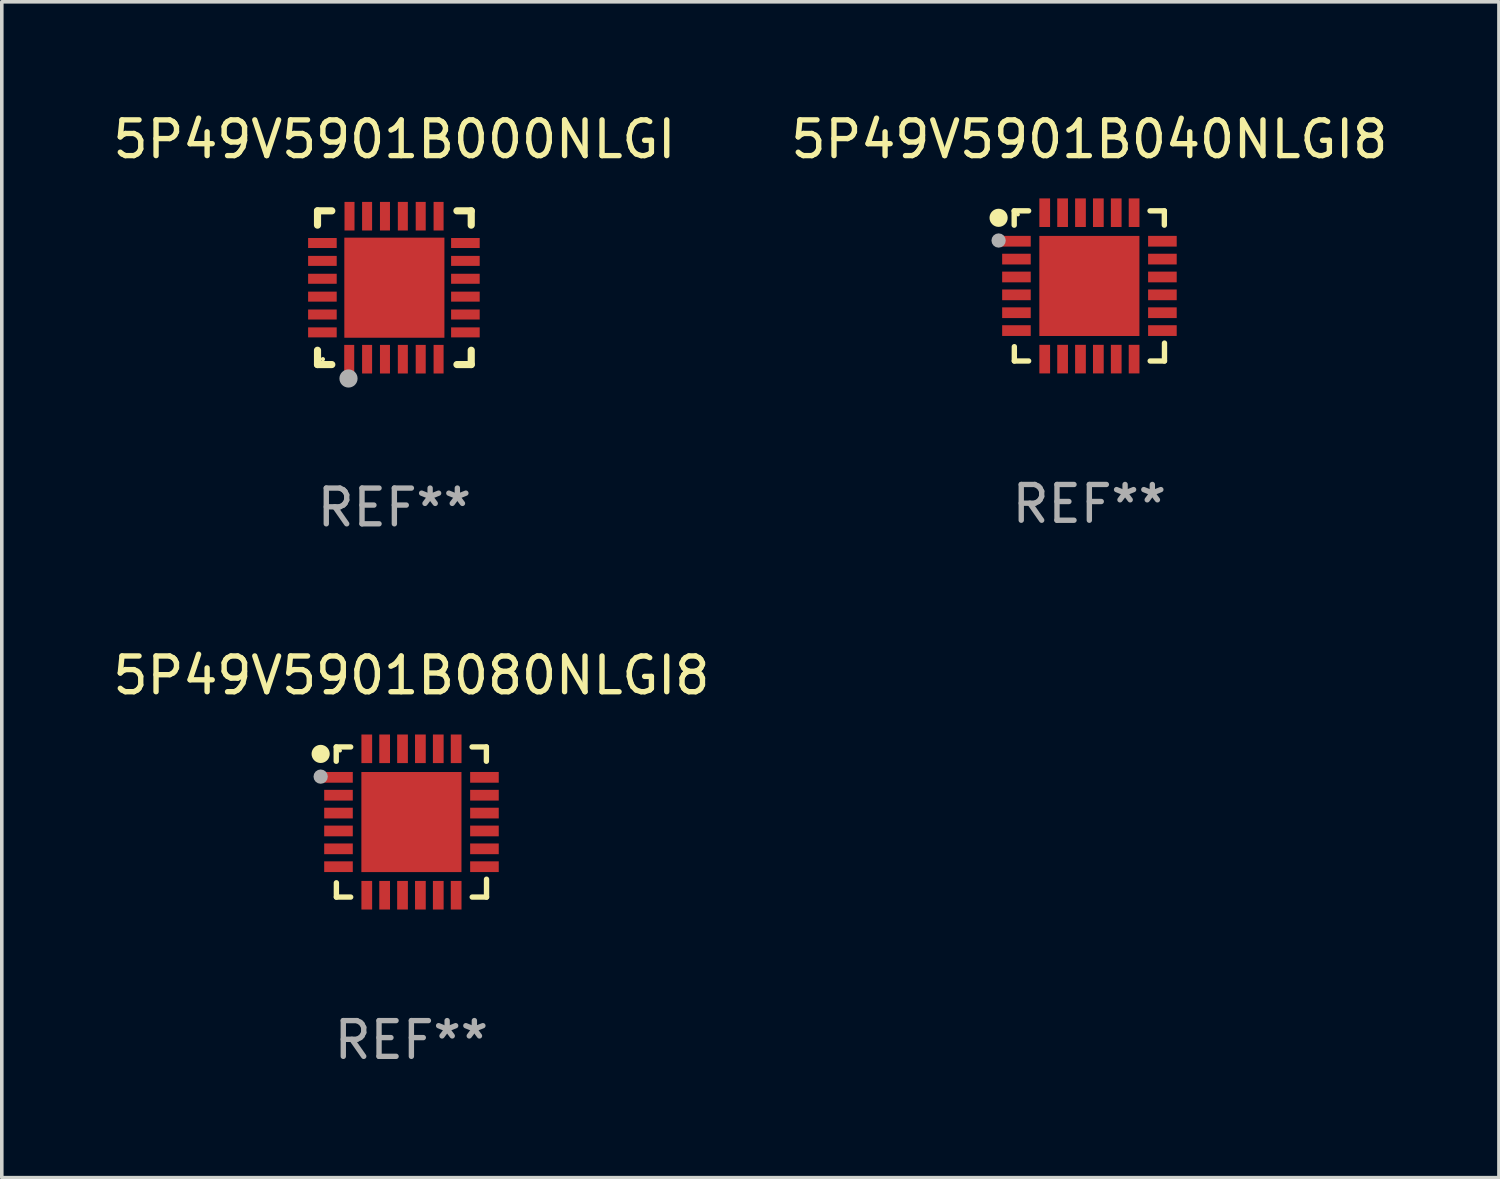
<source format=kicad_pcb>
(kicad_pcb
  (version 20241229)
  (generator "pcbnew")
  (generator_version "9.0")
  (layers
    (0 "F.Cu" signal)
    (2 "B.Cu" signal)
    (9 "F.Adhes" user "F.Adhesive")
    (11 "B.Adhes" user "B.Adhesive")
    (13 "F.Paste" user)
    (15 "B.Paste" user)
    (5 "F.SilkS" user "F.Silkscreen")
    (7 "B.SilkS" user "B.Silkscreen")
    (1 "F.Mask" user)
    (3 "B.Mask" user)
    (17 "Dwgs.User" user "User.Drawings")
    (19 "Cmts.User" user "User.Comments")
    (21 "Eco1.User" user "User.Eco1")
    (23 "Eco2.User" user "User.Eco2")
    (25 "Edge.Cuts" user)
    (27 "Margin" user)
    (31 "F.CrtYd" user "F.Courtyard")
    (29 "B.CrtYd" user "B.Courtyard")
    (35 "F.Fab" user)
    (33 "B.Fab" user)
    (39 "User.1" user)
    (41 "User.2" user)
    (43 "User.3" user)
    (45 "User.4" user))
  (footprint "5P49V5901B040NLGI8"
    (layer "F.Cu")
    (at 27.423 4.948)
    (property "Reference" "5P49V5901B040NLGI8" (at 0 -4.1 0) (layer "F.SilkS") (effects (font (size 1 1) (thickness 0.15))))
    (attr through_hole)
    (fp_line (start -2.102 -2.1) (end -1.698 -2.1) (stroke (width 0.15) (type solid)) (layer "F.SilkS"))
    (fp_line (start -2.102 -1.7) (end -2.102 -2.1) (stroke (width 0.15) (type solid)) (layer "F.SilkS"))
    (fp_line (start -2.098 1.7) (end -2.098 2.1) (stroke (width 0.15) (type solid)) (layer "F.SilkS"))
    (fp_line (start -2.098 2.1) (end -1.698 2.1) (stroke (width 0.15) (type solid)) (layer "F.SilkS"))
    (fp_line (start 1.698 -2.1) (end 2.098 -2.1) (stroke (width 0.15) (type solid)) (layer "F.SilkS"))
    (fp_line (start 2.098 -2.1) (end 2.098 -1.7) (stroke (width 0.15) (type solid)) (layer "F.SilkS"))
    (fp_line (start 2.102 1.6) (end 2.102 2.1) (stroke (width 0.15) (type solid)) (layer "F.SilkS"))
    (fp_line (start 2.102 2.1) (end 1.702 2.1) (stroke (width 0.15) (type solid)) (layer "F.SilkS"))
    (fp_circle (center -2.538 -1.905) (end -2.411 -1.905) (stroke (width 0.254) (type solid)) (fill no) (layer "F.SilkS"))
    (fp_circle (center -1.995 -1.996) (end -1.968 -1.996) (stroke (width 0.05) (type solid)) (fill no) (layer "F.SilkS"))
    (fp_circle (center -2.538 -1.27) (end -2.438 -1.27) (stroke (width 0.2) (type solid)) (fill no) (layer "F.Fab"))
    (fp_text user "REF**" (at 0 6.1 0) (layer "F.Fab") (effects (font (size 1 1) (thickness 0.15))))
    (pad "1" smd rect (at -2.039 -1.25) (size 0.8 0.3) (layers "F.Cu" "F.Mask" "F.Paste"))
    (pad "2" smd rect (at -2.039 -0.75) (size 0.8 0.3) (layers "F.Cu" "F.Mask" "F.Paste"))
    (pad "3" smd rect (at -2.039 -0.25) (size 0.8 0.3) (layers "F.Cu" "F.Mask" "F.Paste"))
    (pad "4" smd rect (at -2.039 0.25) (size 0.8 0.3) (layers "F.Cu" "F.Mask" "F.Paste"))
    (pad "5" smd rect (at -2.039 0.75) (size 0.8 0.3) (layers "F.Cu" "F.Mask" "F.Paste"))
    (pad "6" smd rect (at -2.039 1.25) (size 0.8 0.3) (layers "F.Cu" "F.Mask" "F.Paste"))
    (pad "7" smd rect (at -1.248 2.048) (size 0.3 0.8) (layers "F.Cu" "F.Mask" "F.Paste"))
    (pad "8" smd rect (at -0.748 2.048) (size 0.3 0.8) (layers "F.Cu" "F.Mask" "F.Paste"))
    (pad "9" smd rect (at -0.248 2.048) (size 0.3 0.8) (layers "F.Cu" "F.Mask" "F.Paste"))
    (pad "10" smd rect (at 0.252 2.048) (size 0.3 0.8) (layers "F.Cu" "F.Mask" "F.Paste"))
    (pad "11" smd rect (at 0.752 2.048) (size 0.3 0.8) (layers "F.Cu" "F.Mask" "F.Paste"))
    (pad "12" smd rect (at 1.252 2.048) (size 0.3 0.8) (layers "F.Cu" "F.Mask" "F.Paste"))
    (pad "13" smd rect (at 2.044 1.25) (size 0.8 0.3) (layers "F.Cu" "F.Mask" "F.Paste"))
    (pad "14" smd rect (at 2.044 0.75) (size 0.8 0.3) (layers "F.Cu" "F.Mask" "F.Paste"))
    (pad "15" smd rect (at 2.044 0.25) (size 0.8 0.3) (layers "F.Cu" "F.Mask" "F.Paste"))
    (pad "16" smd rect (at 2.044 -0.25) (size 0.8 0.3) (layers "F.Cu" "F.Mask" "F.Paste"))
    (pad "17" smd rect (at 2.044 -0.75) (size 0.8 0.3) (layers "F.Cu" "F.Mask" "F.Paste"))
    (pad "18" smd rect (at 2.044 -1.25) (size 0.8 0.3) (layers "F.Cu" "F.Mask" "F.Paste"))
    (pad "19" smd rect (at 1.252 -2.048) (size 0.3 0.8) (layers "F.Cu" "F.Mask" "F.Paste"))
    (pad "20" smd rect (at 0.752 -2.048) (size 0.3 0.8) (layers "F.Cu" "F.Mask" "F.Paste"))
    (pad "21" smd rect (at 0.252 -2.048) (size 0.3 0.8) (layers "F.Cu" "F.Mask" "F.Paste"))
    (pad "22" smd rect (at -0.248 -2.048) (size 0.3 0.8) (layers "F.Cu" "F.Mask" "F.Paste"))
    (pad "23" smd rect (at -0.748 -2.048) (size 0.3 0.8) (layers "F.Cu" "F.Mask" "F.Paste"))
    (pad "24" smd rect (at -1.248 -2.048) (size 0.3 0.8) (layers "F.Cu" "F.Mask" "F.Paste"))
    (pad "25" smd rect (at 0.001 0.001) (size 2.8 2.8) (layers "F.Cu" "F.Mask" "F.Paste")))
  (footprint "5P49V5901B000NLGI"
    (layer "F.Cu")
    (at 7.982 4.998)
    (property "Reference" "5P49V5901B000NLGI" (at 0 -4.15 0) (layer "F.SilkS") (effects (font (size 1 1) (thickness 0.15))))
    (attr through_hole)
    (fp_line (start -2.15 -2.15) (end -1.75 -2.15) (stroke (width 0.2) (type solid)) (layer "F.SilkS"))
    (fp_line (start -2.15 -1.75) (end -2.15 -2.15) (stroke (width 0.2) (type solid)) (layer "F.SilkS"))
    (fp_line (start -2.15 2.15) (end -2.15 1.75) (stroke (width 0.2) (type solid)) (layer "F.SilkS"))
    (fp_line (start -1.75 2.15) (end -2.15 2.15) (stroke (width 0.2) (type solid)) (layer "F.SilkS"))
    (fp_line (start 2.15 -2.15) (end 1.75 -2.15) (stroke (width 0.2) (type solid)) (layer "F.SilkS"))
    (fp_line (start 2.15 -1.75) (end 2.15 -2.15) (stroke (width 0.2) (type solid)) (layer "F.SilkS"))
    (fp_line (start 2.15 1.75) (end 2.15 2.15) (stroke (width 0.2) (type solid)) (layer "F.SilkS"))
    (fp_line (start 2.15 2.15) (end 1.75 2.15) (stroke (width 0.2) (type solid)) (layer "F.SilkS"))
    (fp_circle (center -2 2) (end -1.97 2) (stroke (width 0.06) (type solid)) (fill no) (layer "F.SilkS"))
    (fp_circle (center -1.283 2.54) (end -1.156 2.54) (stroke (width 0.254) (type solid)) (fill no) (layer "F.Fab"))
    (fp_text user "REF**" (at 0 6.15 0) (layer "F.Fab") (effects (font (size 1 1) (thickness 0.15))))
    (pad "1" smd rect (at -1.263 2 180) (size 0.28 0.8) (layers "F.Cu" "F.Mask" "F.Paste"))
    (pad "2" smd rect (at -0.763 2 180) (size 0.28 0.8) (layers "F.Cu" "F.Mask" "F.Paste"))
    (pad "3" smd rect (at -0.263 2 180) (size 0.28 0.8) (layers "F.Cu" "F.Mask" "F.Paste"))
    (pad "4" smd rect (at 0.237 2 180) (size 0.28 0.8) (layers "F.Cu" "F.Mask" "F.Paste"))
    (pad "5" smd rect (at 0.737 2 180) (size 0.28 0.8) (layers "F.Cu" "F.Mask" "F.Paste"))
    (pad "6" smd rect (at 1.237 2 180) (size 0.28 0.8) (layers "F.Cu" "F.Mask" "F.Paste"))
    (pad "7" smd rect (at 1.987 1.25 90) (size 0.28 0.8) (layers "F.Cu" "F.Mask" "F.Paste"))
    (pad "8" smd rect (at 1.987 0.75 90) (size 0.28 0.8) (layers "F.Cu" "F.Mask" "F.Paste"))
    (pad "9" smd rect (at 1.987 0.25 90) (size 0.28 0.8) (layers "F.Cu" "F.Mask" "F.Paste"))
    (pad "10" smd rect (at 1.987 -0.25 90) (size 0.28 0.8) (layers "F.Cu" "F.Mask" "F.Paste"))
    (pad "11" smd rect (at 1.987 -0.75 90) (size 0.28 0.8) (layers "F.Cu" "F.Mask" "F.Paste"))
    (pad "12" smd rect (at 1.987 -1.25 90) (size 0.28 0.8) (layers "F.Cu" "F.Mask" "F.Paste"))
    (pad "13" smd rect (at 1.237 -2 180) (size 0.28 0.8) (layers "F.Cu" "F.Mask" "F.Paste"))
    (pad "14" smd rect (at 0.737 -2 180) (size 0.28 0.8) (layers "F.Cu" "F.Mask" "F.Paste"))
    (pad "15" smd rect (at 0.237 -2 180) (size 0.28 0.8) (layers "F.Cu" "F.Mask" "F.Paste"))
    (pad "16" smd rect (at -0.263 -2 180) (size 0.28 0.8) (layers "F.Cu" "F.Mask" "F.Paste"))
    (pad "17" smd rect (at -0.763 -2 180) (size 0.28 0.8) (layers "F.Cu" "F.Mask" "F.Paste"))
    (pad "18" smd rect (at -1.255 -2 180) (size 0.28 0.8) (layers "F.Cu" "F.Mask" "F.Paste"))
    (pad "19" smd rect (at -2.013 -1.25 90) (size 0.28 0.8) (layers "F.Cu" "F.Mask" "F.Paste"))
    (pad "20" smd rect (at -2.013 -0.75 90) (size 0.28 0.8) (layers "F.Cu" "F.Mask" "F.Paste"))
    (pad "21" smd rect (at -2.013 -0.25 90) (size 0.28 0.8) (layers "F.Cu" "F.Mask" "F.Paste"))
    (pad "22" smd rect (at -2.013 0.25 90) (size 0.28 0.8) (layers "F.Cu" "F.Mask" "F.Paste"))
    (pad "23" smd rect (at -2.013 0.75 90) (size 0.28 0.8) (layers "F.Cu" "F.Mask" "F.Paste"))
    (pad "24" smd rect (at -2.013 1.25 90) (size 0.28 0.8) (layers "F.Cu" "F.Mask" "F.Paste"))
    (pad "25" smd rect (at -0.000013 0 90) (size 2.8 2.8) (layers "F.Cu" "F.Mask" "F.Paste")))
  (footprint "5P49V5901B080NLGI8"
    (layer "F.Cu")
    (at 8.458 19.945)
    (property "Reference" "5P49V5901B080NLGI8" (at 0 -4.1 0) (layer "F.SilkS") (effects (font (size 1 1) (thickness 0.15))))
    (attr through_hole)
    (fp_line (start -2.102 -2.1) (end -1.698 -2.1) (stroke (width 0.15) (type solid)) (layer "F.SilkS"))
    (fp_line (start -2.102 -1.7) (end -2.102 -2.1) (stroke (width 0.15) (type solid)) (layer "F.SilkS"))
    (fp_line (start -2.098 1.7) (end -2.098 2.1) (stroke (width 0.15) (type solid)) (layer "F.SilkS"))
    (fp_line (start -2.098 2.1) (end -1.698 2.1) (stroke (width 0.15) (type solid)) (layer "F.SilkS"))
    (fp_line (start 1.698 -2.1) (end 2.098 -2.1) (stroke (width 0.15) (type solid)) (layer "F.SilkS"))
    (fp_line (start 2.098 -2.1) (end 2.098 -1.7) (stroke (width 0.15) (type solid)) (layer "F.SilkS"))
    (fp_line (start 2.102 1.6) (end 2.102 2.1) (stroke (width 0.15) (type solid)) (layer "F.SilkS"))
    (fp_line (start 2.102 2.1) (end 1.702 2.1) (stroke (width 0.15) (type solid)) (layer "F.SilkS"))
    (fp_circle (center -2.538 -1.905) (end -2.411 -1.905) (stroke (width 0.254) (type solid)) (fill no) (layer "F.SilkS"))
    (fp_circle (center -1.995 -1.996) (end -1.968 -1.996) (stroke (width 0.05) (type solid)) (fill no) (layer "F.SilkS"))
    (fp_circle (center -2.538 -1.27) (end -2.438 -1.27) (stroke (width 0.2) (type solid)) (fill no) (layer "F.Fab"))
    (fp_text user "REF**" (at 0 6.1 0) (layer "F.Fab") (effects (font (size 1 1) (thickness 0.15))))
    (pad "1" smd rect (at -2.039 -1.25) (size 0.8 0.3) (layers "F.Cu" "F.Mask" "F.Paste"))
    (pad "2" smd rect (at -2.039 -0.75) (size 0.8 0.3) (layers "F.Cu" "F.Mask" "F.Paste"))
    (pad "3" smd rect (at -2.039 -0.25) (size 0.8 0.3) (layers "F.Cu" "F.Mask" "F.Paste"))
    (pad "4" smd rect (at -2.039 0.25) (size 0.8 0.3) (layers "F.Cu" "F.Mask" "F.Paste"))
    (pad "5" smd rect (at -2.039 0.75) (size 0.8 0.3) (layers "F.Cu" "F.Mask" "F.Paste"))
    (pad "6" smd rect (at -2.039 1.25) (size 0.8 0.3) (layers "F.Cu" "F.Mask" "F.Paste"))
    (pad "7" smd rect (at -1.248 2.048) (size 0.3 0.8) (layers "F.Cu" "F.Mask" "F.Paste"))
    (pad "8" smd rect (at -0.748 2.048) (size 0.3 0.8) (layers "F.Cu" "F.Mask" "F.Paste"))
    (pad "9" smd rect (at -0.248 2.048) (size 0.3 0.8) (layers "F.Cu" "F.Mask" "F.Paste"))
    (pad "10" smd rect (at 0.252 2.048) (size 0.3 0.8) (layers "F.Cu" "F.Mask" "F.Paste"))
    (pad "11" smd rect (at 0.752 2.048) (size 0.3 0.8) (layers "F.Cu" "F.Mask" "F.Paste"))
    (pad "12" smd rect (at 1.252 2.048) (size 0.3 0.8) (layers "F.Cu" "F.Mask" "F.Paste"))
    (pad "13" smd rect (at 2.044 1.25) (size 0.8 0.3) (layers "F.Cu" "F.Mask" "F.Paste"))
    (pad "14" smd rect (at 2.044 0.75) (size 0.8 0.3) (layers "F.Cu" "F.Mask" "F.Paste"))
    (pad "15" smd rect (at 2.044 0.25) (size 0.8 0.3) (layers "F.Cu" "F.Mask" "F.Paste"))
    (pad "16" smd rect (at 2.044 -0.25) (size 0.8 0.3) (layers "F.Cu" "F.Mask" "F.Paste"))
    (pad "17" smd rect (at 2.044 -0.75) (size 0.8 0.3) (layers "F.Cu" "F.Mask" "F.Paste"))
    (pad "18" smd rect (at 2.044 -1.25) (size 0.8 0.3) (layers "F.Cu" "F.Mask" "F.Paste"))
    (pad "19" smd rect (at 1.252 -2.048) (size 0.3 0.8) (layers "F.Cu" "F.Mask" "F.Paste"))
    (pad "20" smd rect (at 0.752 -2.048) (size 0.3 0.8) (layers "F.Cu" "F.Mask" "F.Paste"))
    (pad "21" smd rect (at 0.252 -2.048) (size 0.3 0.8) (layers "F.Cu" "F.Mask" "F.Paste"))
    (pad "22" smd rect (at -0.248 -2.048) (size 0.3 0.8) (layers "F.Cu" "F.Mask" "F.Paste"))
    (pad "23" smd rect (at -0.748 -2.048) (size 0.3 0.8) (layers "F.Cu" "F.Mask" "F.Paste"))
    (pad "24" smd rect (at -1.248 -2.048) (size 0.3 0.8) (layers "F.Cu" "F.Mask" "F.Paste"))
    (pad "25" smd rect (at 0.001 0.001) (size 2.8 2.8) (layers "F.Cu" "F.Mask" "F.Paste")))
  (gr_rect
    (start -3 -3)
    (end 38.881 29.893)
    (stroke (width 0.1) (type default))
    (fill no)
    (layer "Edge.Cuts")))
</source>
